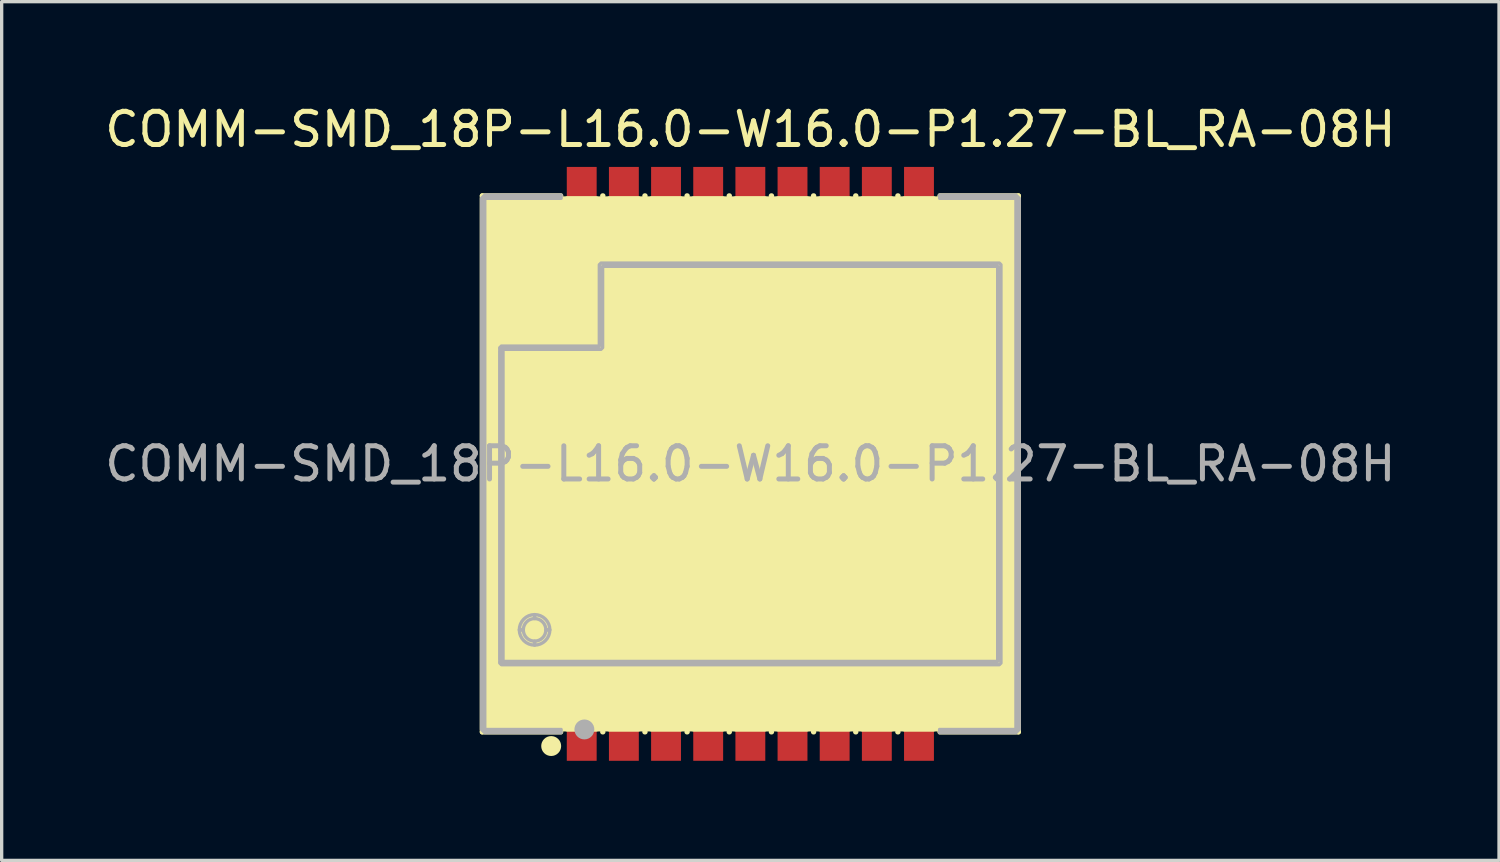
<source format=kicad_pcb>
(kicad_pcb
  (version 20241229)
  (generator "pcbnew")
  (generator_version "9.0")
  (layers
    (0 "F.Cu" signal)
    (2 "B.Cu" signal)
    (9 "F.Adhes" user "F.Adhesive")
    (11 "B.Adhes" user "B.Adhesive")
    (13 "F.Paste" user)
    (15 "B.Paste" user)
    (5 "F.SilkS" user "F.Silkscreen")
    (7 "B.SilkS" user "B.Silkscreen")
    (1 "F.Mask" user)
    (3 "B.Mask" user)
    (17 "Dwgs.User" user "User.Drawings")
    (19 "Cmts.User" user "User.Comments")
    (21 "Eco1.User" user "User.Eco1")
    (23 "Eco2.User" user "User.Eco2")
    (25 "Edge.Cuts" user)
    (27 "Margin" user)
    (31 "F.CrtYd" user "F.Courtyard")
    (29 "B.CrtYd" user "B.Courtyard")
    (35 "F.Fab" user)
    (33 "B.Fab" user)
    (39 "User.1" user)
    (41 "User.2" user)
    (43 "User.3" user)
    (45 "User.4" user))
  (footprint "COMM-SMD_18P-L16.0-W16.0-P1.27-BL_RA-08H"
    (layer "F.Cu")
    (at 19.554 10.924)
    (property "Reference" "COMM-SMD_18P-L16.0-W16.0-P1.27-BL_RA-08H" (at 0 -10.076 0) (layer "F.SilkS") (effects (font (size 1 1) (thickness 0.15))))
    (attr smd)
    (fp_line (start -8.076 -8.076) (end -5.71 -8.076) (stroke (width 0.152) (type solid)) (layer "F.SilkS"))
    (fp_line (start -8.076 8.076) (end -8.076 -8.076) (stroke (width 0.152) (type solid)) (layer "F.SilkS"))
    (fp_line (start -7.5 -6) (end -7.5 -4) (stroke (width 0.152) (type solid)) (layer "F.SilkS"))
    (fp_line (start -7.5 -4) (end -5 -4) (stroke (width 0.152) (type solid)) (layer "F.SilkS"))
    (fp_line (start -7.5 -3.5) (end -7.5 6) (stroke (width 0.152) (type solid)) (layer "F.SilkS"))
    (fp_line (start -7.5 6) (end 7.5 6) (stroke (width 0.152) (type solid)) (layer "F.SilkS"))
    (fp_line (start -5.71 8.076) (end -8.076 8.076) (stroke (width 0.152) (type solid)) (layer "F.SilkS"))
    (fp_line (start -5 -6) (end -7.5 -6) (stroke (width 0.152) (type solid)) (layer "F.SilkS"))
    (fp_line (start -5 -4) (end -5 -6) (stroke (width 0.152) (type solid)) (layer "F.SilkS"))
    (fp_line (start -4.5 -6) (end -4.5 -3.5) (stroke (width 0.152) (type solid)) (layer "F.SilkS"))
    (fp_line (start -4.5 -3.5) (end -7.5 -3.5) (stroke (width 0.152) (type solid)) (layer "F.SilkS"))
    (fp_line (start -4.45 -8.076) (end -4.44 -8.076) (stroke (width 0.152) (type solid)) (layer "F.SilkS"))
    (fp_line (start -4.44 8.076) (end -4.45 8.076) (stroke (width 0.152) (type solid)) (layer "F.SilkS"))
    (fp_line (start -3.18 -8.076) (end -3.17 -8.076) (stroke (width 0.152) (type solid)) (layer "F.SilkS"))
    (fp_line (start -3.17 8.076) (end -3.18 8.076) (stroke (width 0.152) (type solid)) (layer "F.SilkS"))
    (fp_line (start -1.91 -8.076) (end -1.9 -8.076) (stroke (width 0.152) (type solid)) (layer "F.SilkS"))
    (fp_line (start -1.9 8.076) (end -1.91 8.076) (stroke (width 0.152) (type solid)) (layer "F.SilkS"))
    (fp_line (start -0.64 -8.076) (end -0.63 -8.076) (stroke (width 0.152) (type solid)) (layer "F.SilkS"))
    (fp_line (start -0.63 8.076) (end -0.64 8.076) (stroke (width 0.152) (type solid)) (layer "F.SilkS"))
    (fp_line (start 0.63 -8.076) (end 0.64 -8.076) (stroke (width 0.152) (type solid)) (layer "F.SilkS"))
    (fp_line (start 0.64 8.076) (end 0.63 8.076) (stroke (width 0.152) (type solid)) (layer "F.SilkS"))
    (fp_line (start 1.9 -8.076) (end 1.91 -8.076) (stroke (width 0.152) (type solid)) (layer "F.SilkS"))
    (fp_line (start 1.91 8.076) (end 1.9 8.076) (stroke (width 0.152) (type solid)) (layer "F.SilkS"))
    (fp_line (start 3.17 -8.076) (end 3.18 -8.076) (stroke (width 0.152) (type solid)) (layer "F.SilkS"))
    (fp_line (start 3.18 8.076) (end 3.17 8.076) (stroke (width 0.152) (type solid)) (layer "F.SilkS"))
    (fp_line (start 4.44 -8.076) (end 4.45 -8.076) (stroke (width 0.152) (type solid)) (layer "F.SilkS"))
    (fp_line (start 4.45 8.076) (end 4.44 8.076) (stroke (width 0.152) (type solid)) (layer "F.SilkS"))
    (fp_line (start 5.71 -8.076) (end 8.076 -8.076) (stroke (width 0.152) (type solid)) (layer "F.SilkS"))
    (fp_line (start 7.5 -6) (end -4.5 -6) (stroke (width 0.152) (type solid)) (layer "F.SilkS"))
    (fp_line (start 7.5 6) (end 7.5 -6) (stroke (width 0.152) (type solid)) (layer "F.SilkS"))
    (fp_line (start 8.076 8.076) (end 5.71 8.076) (stroke (width 0.152) (type solid)) (layer "F.SilkS"))
    (fp_line (start 8.076 8.076) (end 8.076 -8.076) (stroke (width 0.152) (type solid)) (layer "F.SilkS"))
    (fp_circle (center -8 8) (end -7.97 8) (stroke (width 0.06) (type solid)) (fill no) (layer "F.SilkS"))
    (fp_circle (center -6.5 5) (end -6.1 5) (stroke (width 0.152) (type solid)) (fill no) (layer "F.SilkS"))
    (fp_circle (center -6 8.5) (end -5.85 8.5) (stroke (width 0.3) (type solid)) (fill no) (layer "F.SilkS"))
    (fp_poly (pts (xy -4.63 -8) (xy -4.63 -6.8) (xy -5.53 -6.8) (xy -5.53 -8) (xy -4.63 -8)) (stroke (width 0.12) (type solid)) (fill yes) (layer "F.SilkS"))
    (fp_poly (pts (xy -4.63 8) (xy -4.63 6.8) (xy -5.53 6.8) (xy -5.53 8) (xy -4.63 8)) (stroke (width 0.12) (type solid)) (fill yes) (layer "F.SilkS"))
    (fp_poly (pts (xy -3.36 -8) (xy -3.36 -6.8) (xy -4.26 -6.8) (xy -4.26 -8) (xy -3.36 -8)) (stroke (width 0.12) (type solid)) (fill yes) (layer "F.SilkS"))
    (fp_poly (pts (xy -3.36 8) (xy -3.36 6.8) (xy -4.26 6.8) (xy -4.26 8) (xy -3.36 8)) (stroke (width 0.12) (type solid)) (fill yes) (layer "F.SilkS"))
    (fp_poly (pts (xy -2.09 -8) (xy -2.09 -6.8) (xy -2.99 -6.8) (xy -2.99 -8) (xy -2.09 -8)) (stroke (width 0.12) (type solid)) (fill yes) (layer "F.SilkS"))
    (fp_poly (pts (xy -2.09 8) (xy -2.09 6.8) (xy -2.99 6.8) (xy -2.99 8) (xy -2.09 8)) (stroke (width 0.12) (type solid)) (fill yes) (layer "F.SilkS"))
    (fp_poly (pts (xy -0.82 -8) (xy -0.82 -6.8) (xy -1.72 -6.8) (xy -1.72 -8) (xy -0.82 -8)) (stroke (width 0.12) (type solid)) (fill yes) (layer "F.SilkS"))
    (fp_poly (pts (xy -0.82 8) (xy -0.82 6.8) (xy -1.72 6.8) (xy -1.72 8) (xy -0.82 8)) (stroke (width 0.12) (type solid)) (fill yes) (layer "F.SilkS"))
    (fp_poly (pts (xy 0.45 -8) (xy 0.45 -6.8) (xy -0.45 -6.8) (xy -0.45 -8) (xy 0.45 -8)) (stroke (width 0.12) (type solid)) (fill yes) (layer "F.SilkS"))
    (fp_poly (pts (xy 0.45 8) (xy 0.45 6.8) (xy -0.45 6.8) (xy -0.45 8) (xy 0.45 8)) (stroke (width 0.12) (type solid)) (fill yes) (layer "F.SilkS"))
    (fp_poly (pts (xy 1.72 -8) (xy 1.72 -6.8) (xy 0.82 -6.8) (xy 0.82 -8) (xy 1.72 -8)) (stroke (width 0.12) (type solid)) (fill yes) (layer "F.SilkS"))
    (fp_poly (pts (xy 1.72 8) (xy 1.72 6.8) (xy 0.82 6.8) (xy 0.82 8) (xy 1.72 8)) (stroke (width 0.12) (type solid)) (fill yes) (layer "F.SilkS"))
    (fp_poly (pts (xy 2.99 -8) (xy 2.99 -6.8) (xy 2.09 -6.8) (xy 2.09 -8) (xy 2.99 -8)) (stroke (width 0.12) (type solid)) (fill yes) (layer "F.SilkS"))
    (fp_poly (pts (xy 2.99 8) (xy 2.99 6.8) (xy 2.09 6.8) (xy 2.09 8) (xy 2.99 8)) (stroke (width 0.12) (type solid)) (fill yes) (layer "F.SilkS"))
    (fp_poly (pts (xy 4.26 -8) (xy 4.26 -6.8) (xy 3.36 -6.8) (xy 3.36 -8) (xy 4.26 -8)) (stroke (width 0.12) (type solid)) (fill yes) (layer "F.SilkS"))
    (fp_poly (pts (xy 4.26 8) (xy 4.26 6.8) (xy 3.36 6.8) (xy 3.36 8) (xy 4.26 8)) (stroke (width 0.12) (type solid)) (fill yes) (layer "F.SilkS"))
    (fp_poly (pts (xy 5.53 -8) (xy 5.53 -6.8) (xy 4.63 -6.8) (xy 4.63 -8) (xy 5.53 -8)) (stroke (width 0.12) (type solid)) (fill yes) (layer "F.SilkS"))
    (fp_poly (pts (xy 5.53 8) (xy 5.53 6.8) (xy 4.63 6.8) (xy 4.63 8) (xy 5.53 8)) (stroke (width 0.12) (type solid)) (fill yes) (layer "F.SilkS"))
    (fp_poly (pts (xy 8 8) (xy 8 -8) (xy -8 -8) (xy -8 8) (xy 8 8)) (stroke (width 0.12) (type solid)) (fill yes) (layer "F.SilkS"))
    (fp_circle (center -5 8) (end -4.85 8) (stroke (width 0.3) (type solid)) (fill no) (layer "F.Fab"))
    (fp_poly (pts (xy -7.55 5.9) (xy -7.55 -3.4) (xy -7.45 -3.4) (xy -7.45 5.9)) (stroke (width 0.1) (type solid)) (fill no) (layer "F.Fab"))
    (fp_poly (pts (xy -8 8) (xy -8 -8) (xy -5.7 -8) (xy -5.7 -8.1) (xy -8 -8.1) (xy -8.1 -8) (xy -8.1 8) (xy -8 8.1) (xy -5.7 8.1) (xy -5.7 8)) (stroke (width 0.1) (type solid)) (fill no) (layer "F.Fab"))
    (fp_poly (pts (xy 8 -8) (xy 8 8) (xy 5.7 8) (xy 5.7 8.1) (xy 8 8.1) (xy 8.1 8) (xy 8.1 -8) (xy 8 -8.1) (xy 5.7 -8.1) (xy 5.7 -8)) (stroke (width 0.1) (type solid)) (fill no) (layer "F.Fab"))
    (fp_poly (pts (xy -6.84 5) (xy -6.833 5.066) (xy -6.814 5.13) (xy -6.783 5.189) (xy -6.74 5.24) (xy -6.689 5.283) (xy -6.63 5.314) (xy -6.566 5.333) (xy -6.5 5.34) (xy -6.5 5.46) (xy -6.59 5.451) (xy -6.676 5.425) (xy -6.756 5.382) (xy -6.825 5.325) (xy -6.882 5.256) (xy -6.925 5.176) (xy -6.951 5.09) (xy -6.96 5)) (stroke (width 0.1) (type solid)) (fill no) (layer "F.Fab"))
    (fp_poly (pts (xy -6.5 4.66) (xy -6.566 4.667) (xy -6.63 4.686) (xy -6.689 4.717) (xy -6.74 4.76) (xy -6.783 4.811) (xy -6.814 4.87) (xy -6.833 4.934) (xy -6.84 5) (xy -6.96 5) (xy -6.951 4.91) (xy -6.925 4.824) (xy -6.882 4.744) (xy -6.825 4.675) (xy -6.756 4.618) (xy -6.676 4.575) (xy -6.59 4.549) (xy -6.5 4.54)) (stroke (width 0.1) (type solid)) (fill no) (layer "F.Fab"))
    (fp_poly (pts (xy -6.5 5.34) (xy -6.434 5.333) (xy -6.37 5.314) (xy -6.311 5.283) (xy -6.26 5.24) (xy -6.217 5.189) (xy -6.186 5.13) (xy -6.167 5.066) (xy -6.16 5) (xy -6.04 5) (xy -6.049 5.09) (xy -6.075 5.176) (xy -6.118 5.256) (xy -6.175 5.325) (xy -6.244 5.382) (xy -6.324 5.425) (xy -6.41 5.451) (xy -6.5 5.46)) (stroke (width 0.1) (type solid)) (fill no) (layer "F.Fab"))
    (fp_poly (pts (xy -6.16 5) (xy -6.167 4.934) (xy -6.186 4.87) (xy -6.217 4.811) (xy -6.26 4.76) (xy -6.311 4.717) (xy -6.37 4.686) (xy -6.434 4.667) (xy -6.5 4.66) (xy -6.5 4.54) (xy -6.41 4.549) (xy -6.324 4.575) (xy -6.244 4.618) (xy -6.175 4.675) (xy -6.118 4.744) (xy -6.075 4.824) (xy -6.049 4.91) (xy -6.04 5)) (stroke (width 0.1) (type solid)) (fill no) (layer "F.Fab"))
    (fp_poly (pts (xy -7.45 5.95) (xy 7.45 5.95) (xy 7.45 -5.95) (xy -4.45 -5.95) (xy -4.45 -3.5) (xy -4.5 -3.45) (xy -7.55 -3.45) (xy -7.55 -3.5) (xy -7.5 -3.55) (xy -4.55 -3.55) (xy -4.55 -6) (xy -4.5 -6.05) (xy 7.5 -6.05) (xy 7.55 -6) (xy 7.55 6) (xy 7.5 6.05) (xy -7.5 6.05) (xy -7.55 6) (xy -7.55 5.95)) (stroke (width 0.1) (type solid)) (fill no) (layer "F.Fab"))
    (fp_text user "${REFERENCE}" (at 0 0 0) (layer "F.Fab") (effects (font (size 1 1) (thickness 0.15))))
    (pad "1" smd rect (at -5.08 7.747 90) (size 2.395 0.9) (layers "F.Cu" "F.Mask" "F.Paste"))
    (pad "2" smd rect (at -3.81 7.747 90) (size 2.395 0.9) (layers "F.Cu" "F.Mask" "F.Paste"))
    (pad "3" smd rect (at -2.54 7.747 90) (size 2.395 0.9) (layers "F.Cu" "F.Mask" "F.Paste"))
    (pad "4" smd rect (at -1.27 7.747 90) (size 2.395 0.9) (layers "F.Cu" "F.Mask" "F.Paste"))
    (pad "5" smd rect (at 0.000102 7.747 90) (size 2.395 0.9) (layers "F.Cu" "F.Mask" "F.Paste"))
    (pad "6" smd rect (at 1.27 7.747 90) (size 2.395 0.9) (layers "F.Cu" "F.Mask" "F.Paste"))
    (pad "7" smd rect (at 2.54 7.747 90) (size 2.395 0.9) (layers "F.Cu" "F.Mask" "F.Paste"))
    (pad "8" smd rect (at 3.81 7.747 90) (size 2.395 0.9) (layers "F.Cu" "F.Mask" "F.Paste"))
    (pad "9" smd rect (at 5.08 7.747 90) (size 2.395 0.9) (layers "F.Cu" "F.Mask" "F.Paste"))
    (pad "10" smd rect (at 5.08 -7.748 90) (size 2.395 0.9) (layers "F.Cu" "F.Mask" "F.Paste"))
    (pad "11" smd rect (at 3.81 -7.748 90) (size 2.395 0.9) (layers "F.Cu" "F.Mask" "F.Paste"))
    (pad "12" smd rect (at 2.54 -7.748 90) (size 2.395 0.9) (layers "F.Cu" "F.Mask" "F.Paste"))
    (pad "13" smd rect (at 1.27 -7.748 90) (size 2.395 0.9) (layers "F.Cu" "F.Mask" "F.Paste"))
    (pad "14" smd rect (at 0.000102 -7.748 90) (size 2.395 0.9) (layers "F.Cu" "F.Mask" "F.Paste"))
    (pad "15" smd rect (at -1.27 -7.748 90) (size 2.395 0.9) (layers "F.Cu" "F.Mask" "F.Paste"))
    (pad "16" smd rect (at -2.54 -7.748 90) (size 2.395 0.9) (layers "F.Cu" "F.Mask" "F.Paste"))
    (pad "17" smd rect (at -3.81 -7.748 90) (size 2.395 0.9) (layers "F.Cu" "F.Mask" "F.Paste"))
    (pad "18" smd rect (at -5.08 -7.748 90) (size 2.395 0.9) (layers "F.Cu" "F.Mask" "F.Paste")))
  (gr_rect
    (start -3 -3)
    (end 42.107 22.869)
    (stroke (width 0.1) (type default))
    (fill no)
    (layer "Edge.Cuts")))
</source>
